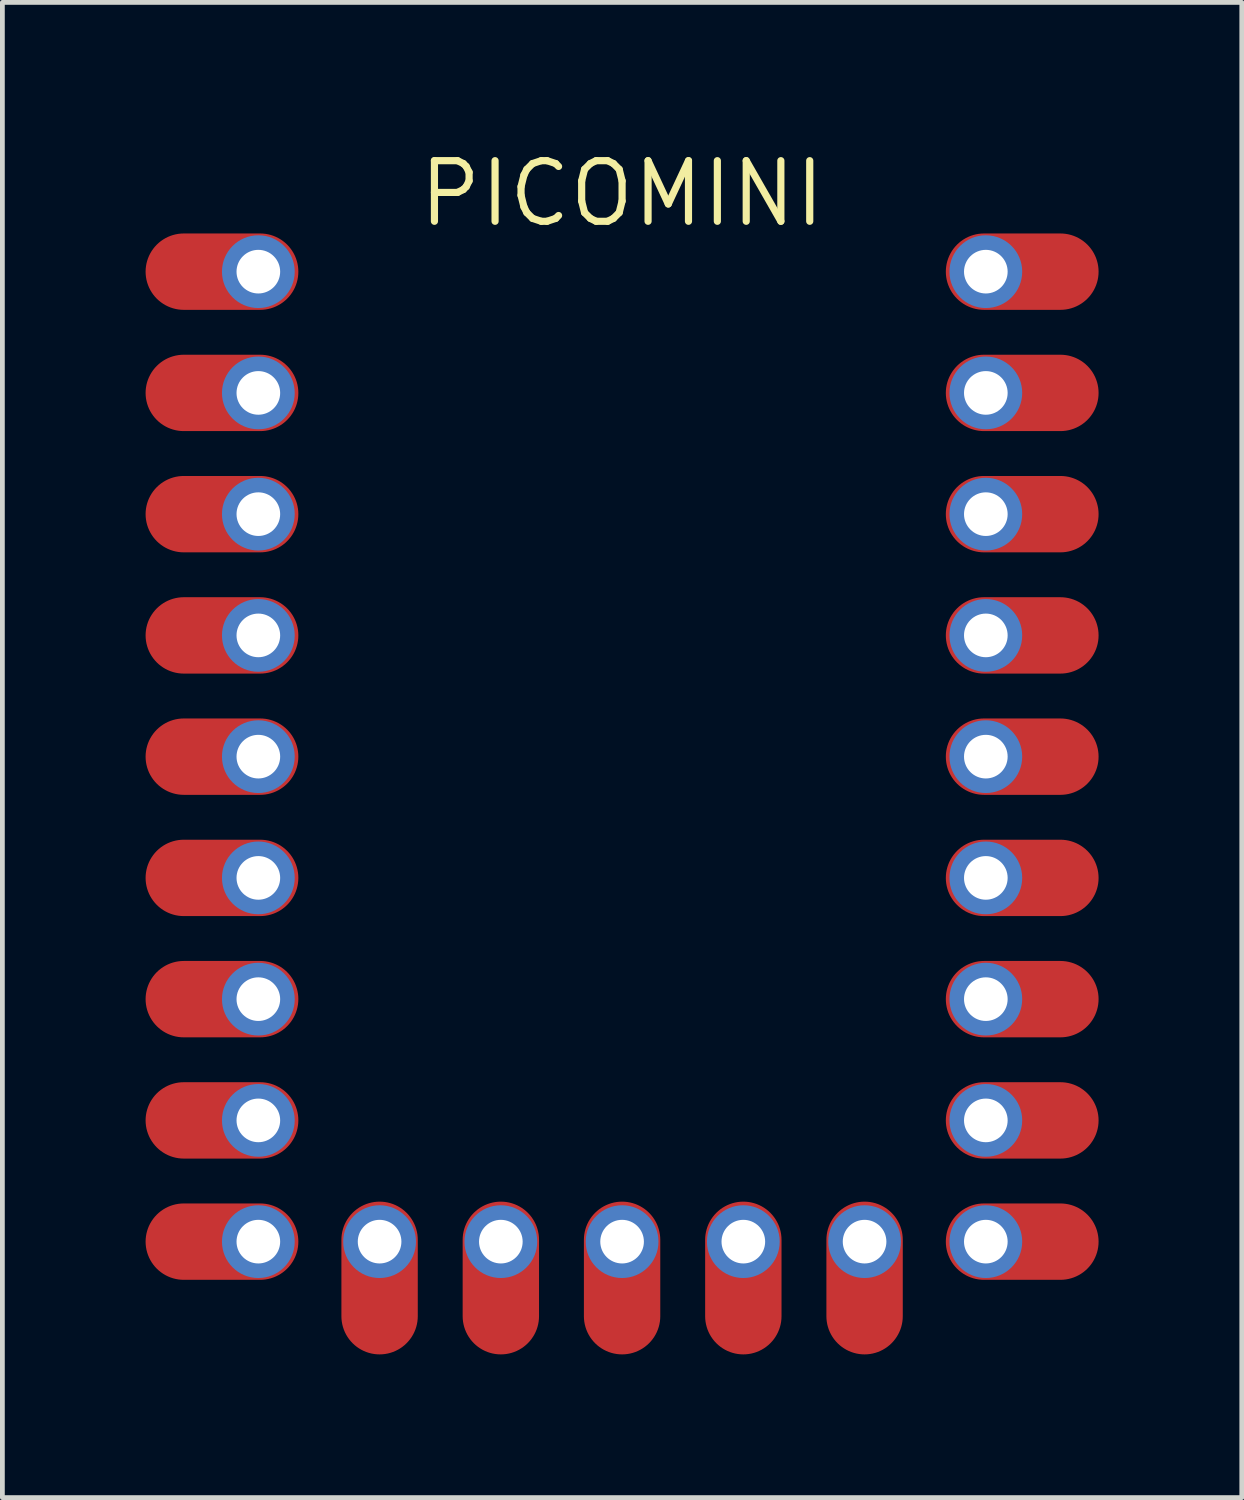
<source format=kicad_pcb>
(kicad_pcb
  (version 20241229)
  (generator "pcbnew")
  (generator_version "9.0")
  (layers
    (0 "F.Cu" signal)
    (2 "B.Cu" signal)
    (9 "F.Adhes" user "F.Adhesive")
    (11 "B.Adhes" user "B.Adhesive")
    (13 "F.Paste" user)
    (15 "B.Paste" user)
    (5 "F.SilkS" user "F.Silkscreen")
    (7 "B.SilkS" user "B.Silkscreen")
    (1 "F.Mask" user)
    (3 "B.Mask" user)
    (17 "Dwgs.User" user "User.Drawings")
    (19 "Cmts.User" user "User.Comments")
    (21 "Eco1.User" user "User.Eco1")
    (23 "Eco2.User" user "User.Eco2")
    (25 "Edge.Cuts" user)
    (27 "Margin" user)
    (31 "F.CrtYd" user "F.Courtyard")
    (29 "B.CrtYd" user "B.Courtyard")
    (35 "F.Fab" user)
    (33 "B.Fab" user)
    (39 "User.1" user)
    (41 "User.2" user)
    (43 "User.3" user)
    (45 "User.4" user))
  (footprint "PICOMINI"
    (layer "F.Cu")
    (at 9.093 12.166)
    (property "Reference" "PICOMINI" (at 0.889 -11.16 0) (layer "F.SilkS") (effects (font (size 1.27 1.27) (thickness 0.15))))
    (pad "0" thru_hole oval (at 8.509 -9.525) (size 1.524 1.524) (drill 0.914) (layers "*.Cu" "*.Mask"))
    (pad "0" smd oval (at 9.271 -9.525) (size 3.2 1.6) (layers "F.Cu" "F.Mask" "F.Paste"))
    (pad "1" thru_hole oval (at 8.509 -6.985) (size 1.524 1.524) (drill 0.914) (layers "*.Cu" "*.Mask"))
    (pad "1" smd oval (at 9.271 -6.985) (size 3.2 1.6) (layers "F.Cu" "F.Mask" "F.Paste"))
    (pad "2" thru_hole oval (at 8.509 -4.445) (size 1.524 1.524) (drill 0.914) (layers "*.Cu" "*.Mask"))
    (pad "2" smd oval (at 9.271 -4.445) (size 3.2 1.6) (layers "F.Cu" "F.Mask" "F.Paste"))
    (pad "3" thru_hole oval (at 8.509 -1.905) (size 1.524 1.524) (drill 0.914) (layers "*.Cu" "*.Mask"))
    (pad "3" smd oval (at 9.271 -1.905) (size 3.2 1.6) (layers "F.Cu" "F.Mask" "F.Paste"))
    (pad "4" thru_hole oval (at 8.509 0.635) (size 1.524 1.524) (drill 0.914) (layers "*.Cu" "*.Mask"))
    (pad "4" smd oval (at 9.271 0.635) (size 3.2 1.6) (layers "F.Cu" "F.Mask" "F.Paste"))
    (pad "5" thru_hole oval (at 8.509 3.175) (size 1.524 1.524) (drill 0.914) (layers "*.Cu" "*.Mask"))
    (pad "5" smd oval (at 9.271 3.175) (size 3.2 1.6) (layers "F.Cu" "F.Mask" "F.Paste"))
    (pad "6" thru_hole oval (at 8.509 5.715) (size 1.524 1.524) (drill 0.914) (layers "*.Cu" "*.Mask"))
    (pad "6" smd oval (at 9.271 5.715) (size 3.2 1.6) (layers "F.Cu" "F.Mask" "F.Paste"))
    (pad "7" thru_hole oval (at 8.509 8.255) (size 1.524 1.524) (drill 0.914) (layers "*.Cu" "*.Mask"))
    (pad "7" smd oval (at 9.271 8.255) (size 3.2 1.6) (layers "F.Cu" "F.Mask" "F.Paste"))
    (pad "8" thru_hole oval (at 8.509 10.795) (size 1.524 1.524) (drill 0.914) (layers "*.Cu" "*.Mask"))
    (pad "8" smd oval (at 9.271 10.795) (size 3.2 1.6) (layers "F.Cu" "F.Mask" "F.Paste"))
    (pad "9" thru_hole oval (at 5.969 10.795) (size 1.524 1.524) (drill 0.914) (layers "*.Cu" "*.Mask"))
    (pad "9" smd oval (at 5.969 11.557 90) (size 3.2 1.6) (layers "F.Cu" "F.Mask" "F.Paste"))
    (pad "10" thru_hole oval (at 3.429 10.795) (size 1.524 1.524) (drill 0.914) (layers "*.Cu" "*.Mask"))
    (pad "10" smd oval (at 3.429 11.557 90) (size 3.2 1.6) (layers "F.Cu" "F.Mask" "F.Paste"))
    (pad "11" thru_hole oval (at 0.889 10.795) (size 1.524 1.524) (drill 0.914) (layers "*.Cu" "*.Mask"))
    (pad "11" smd oval (at 0.889 11.557 90) (size 3.2 1.6) (layers "F.Cu" "F.Mask" "F.Paste"))
    (pad "12" thru_hole oval (at -1.651 10.795) (size 1.524 1.524) (drill 0.914) (layers "*.Cu" "*.Mask"))
    (pad "12" smd oval (at -1.651 11.557 90) (size 3.2 1.6) (layers "F.Cu" "F.Mask" "F.Paste"))
    (pad "13" thru_hole oval (at -4.191 10.795) (size 1.524 1.524) (drill 0.914) (layers "*.Cu" "*.Mask"))
    (pad "13" smd oval (at -4.191 11.557 90) (size 3.2 1.6) (layers "F.Cu" "F.Mask" "F.Paste"))
    (pad "14" smd oval (at -7.493 10.795) (size 3.2 1.6) (layers "F.Cu" "F.Mask" "F.Paste"))
    (pad "14" thru_hole oval (at -6.731 10.795) (size 1.524 1.524) (drill 0.914) (layers "*.Cu" "*.Mask"))
    (pad "15" smd oval (at -7.493 8.255) (size 3.2 1.6) (layers "F.Cu" "F.Mask" "F.Paste"))
    (pad "15" thru_hole oval (at -6.731 8.255) (size 1.524 1.524) (drill 0.914) (layers "*.Cu" "*.Mask"))
    (pad "16" smd oval (at -7.493 5.715) (size 3.2 1.6) (layers "F.Cu" "F.Mask" "F.Paste"))
    (pad "16" thru_hole oval (at -6.731 5.715) (size 1.524 1.524) (drill 0.914) (layers "*.Cu" "*.Mask"))
    (pad "17" smd oval (at -7.493 3.175) (size 3.2 1.6) (layers "F.Cu" "F.Mask" "F.Paste"))
    (pad "17" thru_hole oval (at -6.731 3.175) (size 1.524 1.524) (drill 0.914) (layers "*.Cu" "*.Mask"))
    (pad "18" smd oval (at -7.493 0.635) (size 3.2 1.6) (layers "F.Cu" "F.Mask" "F.Paste"))
    (pad "18" thru_hole oval (at -6.731 0.635) (size 1.524 1.524) (drill 0.914) (layers "*.Cu" "*.Mask"))
    (pad "19" smd oval (at -7.493 -1.905) (size 3.2 1.6) (layers "F.Cu" "F.Mask" "F.Paste"))
    (pad "19" thru_hole oval (at -6.731 -1.905) (size 1.524 1.524) (drill 0.914) (layers "*.Cu" "*.Mask"))
    (pad "20" smd oval (at -7.493 -4.445) (size 3.2 1.6) (layers "F.Cu" "F.Mask" "F.Paste"))
    (pad "20" thru_hole oval (at -6.731 -4.445) (size 1.524 1.524) (drill 0.914) (layers "*.Cu" "*.Mask"))
    (pad "21" smd oval (at -7.493 -6.985) (size 3.2 1.6) (layers "F.Cu" "F.Mask" "F.Paste"))
    (pad "21" thru_hole oval (at -6.731 -6.985) (size 1.524 1.524) (drill 0.914) (layers "*.Cu" "*.Mask"))
    (pad "22" smd oval (at -7.493 -9.525) (size 3.2 1.6) (layers "F.Cu" "F.Mask" "F.Paste"))
    (pad "22" thru_hole oval (at -6.731 -9.525) (size 1.524 1.524) (drill 0.914) (layers "*.Cu" "*.Mask")))
  (gr_rect
    (start -3 -3)
    (end 22.964 28.323)
    (stroke (width 0.1) (type default))
    (fill no)
    (layer "Edge.Cuts")))
</source>
